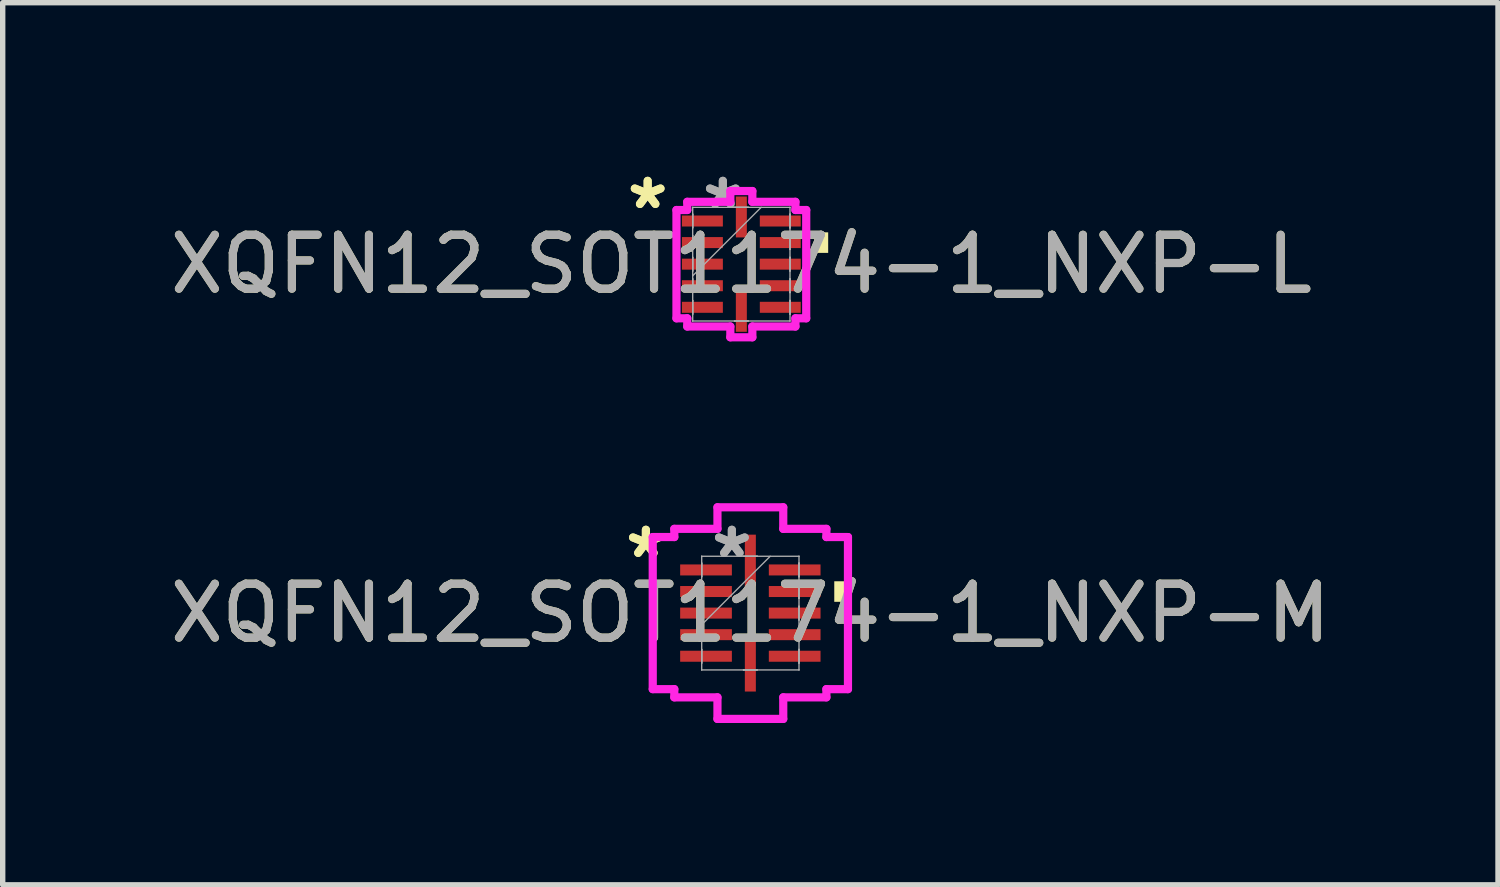
<source format=kicad_pcb>
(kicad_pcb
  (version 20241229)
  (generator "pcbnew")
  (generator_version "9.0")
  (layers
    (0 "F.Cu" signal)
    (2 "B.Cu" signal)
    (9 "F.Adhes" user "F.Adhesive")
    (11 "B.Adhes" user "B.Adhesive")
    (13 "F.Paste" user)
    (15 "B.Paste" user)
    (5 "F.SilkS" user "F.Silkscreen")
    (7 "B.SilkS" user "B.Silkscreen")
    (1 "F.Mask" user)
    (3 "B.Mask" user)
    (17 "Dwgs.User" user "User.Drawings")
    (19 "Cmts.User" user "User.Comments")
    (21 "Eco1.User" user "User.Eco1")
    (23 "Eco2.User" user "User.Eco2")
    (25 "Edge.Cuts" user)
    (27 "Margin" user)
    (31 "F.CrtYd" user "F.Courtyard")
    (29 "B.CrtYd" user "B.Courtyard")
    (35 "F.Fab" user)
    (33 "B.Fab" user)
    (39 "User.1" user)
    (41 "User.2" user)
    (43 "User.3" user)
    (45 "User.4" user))
  (footprint "XQFN12_SOT1174-1_NXP-M"
    (layer "F.Cu")
    (at 10.863 8.318)
    (property "Reference" "XQFN12_SOT1174-1_NXP-M" (at 0 0 0) (unlocked yes) (layer "F.SilkS") (effects (font (size 1 1) (thickness 0.15))))
    (attr smd)
    (fp_poly (pts (xy 1.81 -0.59) (xy 1.81 -0.209) (xy 1.556 -0.209) (xy 1.556 -0.59)) (stroke (width 0) (type solid)) (fill yes) (layer "F.SilkS"))
    (fp_line (start -1.81 -1.41) (end -1.41 -1.41) (stroke (width 0.152) (type solid)) (layer "F.CrtYd"))
    (fp_line (start -1.81 1.41) (end -1.81 -1.41) (stroke (width 0.152) (type solid)) (layer "F.CrtYd"))
    (fp_line (start -1.41 -1.562) (end -0.61 -1.562) (stroke (width 0.152) (type solid)) (layer "F.CrtYd"))
    (fp_line (start -1.41 -1.41) (end -1.41 -1.562) (stroke (width 0.152) (type solid)) (layer "F.CrtYd"))
    (fp_line (start -1.41 1.41) (end -1.81 1.41) (stroke (width 0.152) (type solid)) (layer "F.CrtYd"))
    (fp_line (start -1.41 1.562) (end -1.41 1.41) (stroke (width 0.152) (type solid)) (layer "F.CrtYd"))
    (fp_line (start -0.61 -1.962) (end 0.61 -1.962) (stroke (width 0.152) (type solid)) (layer "F.CrtYd"))
    (fp_line (start -0.61 -1.562) (end -0.61 -1.962) (stroke (width 0.152) (type solid)) (layer "F.CrtYd"))
    (fp_line (start -0.61 1.562) (end -1.41 1.562) (stroke (width 0.152) (type solid)) (layer "F.CrtYd"))
    (fp_line (start -0.61 1.962) (end -0.61 1.562) (stroke (width 0.152) (type solid)) (layer "F.CrtYd"))
    (fp_line (start 0.61 -1.962) (end 0.61 -1.562) (stroke (width 0.152) (type solid)) (layer "F.CrtYd"))
    (fp_line (start 0.61 -1.562) (end 1.41 -1.562) (stroke (width 0.152) (type solid)) (layer "F.CrtYd"))
    (fp_line (start 0.61 1.562) (end 0.61 1.962) (stroke (width 0.152) (type solid)) (layer "F.CrtYd"))
    (fp_line (start 0.61 1.962) (end -0.61 1.962) (stroke (width 0.152) (type solid)) (layer "F.CrtYd"))
    (fp_line (start 1.41 -1.562) (end 1.41 -1.41) (stroke (width 0.152) (type solid)) (layer "F.CrtYd"))
    (fp_line (start 1.41 -1.41) (end 1.81 -1.41) (stroke (width 0.152) (type solid)) (layer "F.CrtYd"))
    (fp_line (start 1.41 1.41) (end 1.41 1.562) (stroke (width 0.152) (type solid)) (layer "F.CrtYd"))
    (fp_line (start 1.41 1.562) (end 0.61 1.562) (stroke (width 0.152) (type solid)) (layer "F.CrtYd"))
    (fp_line (start 1.81 -1.41) (end 1.81 1.41) (stroke (width 0.152) (type solid)) (layer "F.CrtYd"))
    (fp_line (start 1.81 1.41) (end 1.41 1.41) (stroke (width 0.152) (type solid)) (layer "F.CrtYd"))
    (fp_line (start -0.902 -1.054) (end -0.902 -1.054) (stroke (width 0.025) (type solid)) (layer "F.Fab"))
    (fp_line (start -0.902 -1.054) (end -0.902 1.054) (stroke (width 0.025) (type solid)) (layer "F.Fab"))
    (fp_line (start -0.902 -0.927) (end -0.902 -0.927) (stroke (width 0.025) (type solid)) (layer "F.Fab"))
    (fp_line (start -0.902 -0.927) (end -0.902 -0.673) (stroke (width 0.025) (type solid)) (layer "F.Fab"))
    (fp_line (start -0.902 -0.673) (end -0.902 -0.927) (stroke (width 0.025) (type solid)) (layer "F.Fab"))
    (fp_line (start -0.902 -0.673) (end -0.902 -0.673) (stroke (width 0.025) (type solid)) (layer "F.Fab"))
    (fp_line (start -0.902 -0.527) (end -0.902 -0.527) (stroke (width 0.025) (type solid)) (layer "F.Fab"))
    (fp_line (start -0.902 -0.527) (end -0.902 -0.273) (stroke (width 0.025) (type solid)) (layer "F.Fab"))
    (fp_line (start -0.902 -0.273) (end -0.902 -0.527) (stroke (width 0.025) (type solid)) (layer "F.Fab"))
    (fp_line (start -0.902 -0.273) (end -0.902 -0.273) (stroke (width 0.025) (type solid)) (layer "F.Fab"))
    (fp_line (start -0.902 -0.127) (end -0.902 -0.127) (stroke (width 0.025) (type solid)) (layer "F.Fab"))
    (fp_line (start -0.902 -0.127) (end -0.902 0.127) (stroke (width 0.025) (type solid)) (layer "F.Fab"))
    (fp_line (start -0.902 0.127) (end -0.902 -0.127) (stroke (width 0.025) (type solid)) (layer "F.Fab"))
    (fp_line (start -0.902 0.127) (end -0.902 0.127) (stroke (width 0.025) (type solid)) (layer "F.Fab"))
    (fp_line (start -0.902 0.216) (end 0.368 -1.054) (stroke (width 0.025) (type solid)) (layer "F.Fab"))
    (fp_line (start -0.902 0.273) (end -0.902 0.273) (stroke (width 0.025) (type solid)) (layer "F.Fab"))
    (fp_line (start -0.902 0.273) (end -0.902 0.527) (stroke (width 0.025) (type solid)) (layer "F.Fab"))
    (fp_line (start -0.902 0.527) (end -0.902 0.273) (stroke (width 0.025) (type solid)) (layer "F.Fab"))
    (fp_line (start -0.902 0.527) (end -0.902 0.527) (stroke (width 0.025) (type solid)) (layer "F.Fab"))
    (fp_line (start -0.902 0.673) (end -0.902 0.673) (stroke (width 0.025) (type solid)) (layer "F.Fab"))
    (fp_line (start -0.902 0.673) (end -0.902 0.927) (stroke (width 0.025) (type solid)) (layer "F.Fab"))
    (fp_line (start -0.902 0.927) (end -0.902 0.673) (stroke (width 0.025) (type solid)) (layer "F.Fab"))
    (fp_line (start -0.902 0.927) (end -0.902 0.927) (stroke (width 0.025) (type solid)) (layer "F.Fab"))
    (fp_line (start -0.902 1.054) (end -0.902 1.054) (stroke (width 0.025) (type solid)) (layer "F.Fab"))
    (fp_line (start -0.902 1.054) (end 0.902 1.054) (stroke (width 0.025) (type solid)) (layer "F.Fab"))
    (fp_line (start -0.127 -1.054) (end -0.127 -1.054) (stroke (width 0.025) (type solid)) (layer "F.Fab"))
    (fp_line (start -0.127 -1.054) (end 0.127 -1.054) (stroke (width 0.025) (type solid)) (layer "F.Fab"))
    (fp_line (start -0.127 1.054) (end -0.127 1.054) (stroke (width 0.025) (type solid)) (layer "F.Fab"))
    (fp_line (start -0.127 1.054) (end 0.127 1.054) (stroke (width 0.025) (type solid)) (layer "F.Fab"))
    (fp_line (start 0.127 -1.054) (end -0.127 -1.054) (stroke (width 0.025) (type solid)) (layer "F.Fab"))
    (fp_line (start 0.127 -1.054) (end 0.127 -1.054) (stroke (width 0.025) (type solid)) (layer "F.Fab"))
    (fp_line (start 0.127 1.054) (end -0.127 1.054) (stroke (width 0.025) (type solid)) (layer "F.Fab"))
    (fp_line (start 0.127 1.054) (end 0.127 1.054) (stroke (width 0.025) (type solid)) (layer "F.Fab"))
    (fp_line (start 0.902 -1.054) (end -0.902 -1.054) (stroke (width 0.025) (type solid)) (layer "F.Fab"))
    (fp_line (start 0.902 -1.054) (end 0.902 -1.054) (stroke (width 0.025) (type solid)) (layer "F.Fab"))
    (fp_line (start 0.902 -0.927) (end 0.902 -0.927) (stroke (width 0.025) (type solid)) (layer "F.Fab"))
    (fp_line (start 0.902 -0.927) (end 0.902 -0.673) (stroke (width 0.025) (type solid)) (layer "F.Fab"))
    (fp_line (start 0.902 -0.673) (end 0.902 -0.927) (stroke (width 0.025) (type solid)) (layer "F.Fab"))
    (fp_line (start 0.902 -0.673) (end 0.902 -0.673) (stroke (width 0.025) (type solid)) (layer "F.Fab"))
    (fp_line (start 0.902 -0.527) (end 0.902 -0.527) (stroke (width 0.025) (type solid)) (layer "F.Fab"))
    (fp_line (start 0.902 -0.527) (end 0.902 -0.273) (stroke (width 0.025) (type solid)) (layer "F.Fab"))
    (fp_line (start 0.902 -0.273) (end 0.902 -0.527) (stroke (width 0.025) (type solid)) (layer "F.Fab"))
    (fp_line (start 0.902 -0.273) (end 0.902 -0.273) (stroke (width 0.025) (type solid)) (layer "F.Fab"))
    (fp_line (start 0.902 -0.127) (end 0.902 -0.127) (stroke (width 0.025) (type solid)) (layer "F.Fab"))
    (fp_line (start 0.902 -0.127) (end 0.902 0.127) (stroke (width 0.025) (type solid)) (layer "F.Fab"))
    (fp_line (start 0.902 0.127) (end 0.902 -0.127) (stroke (width 0.025) (type solid)) (layer "F.Fab"))
    (fp_line (start 0.902 0.127) (end 0.902 0.127) (stroke (width 0.025) (type solid)) (layer "F.Fab"))
    (fp_line (start 0.902 0.273) (end 0.902 0.273) (stroke (width 0.025) (type solid)) (layer "F.Fab"))
    (fp_line (start 0.902 0.273) (end 0.902 0.527) (stroke (width 0.025) (type solid)) (layer "F.Fab"))
    (fp_line (start 0.902 0.527) (end 0.902 0.273) (stroke (width 0.025) (type solid)) (layer "F.Fab"))
    (fp_line (start 0.902 0.527) (end 0.902 0.527) (stroke (width 0.025) (type solid)) (layer "F.Fab"))
    (fp_line (start 0.902 0.673) (end 0.902 0.673) (stroke (width 0.025) (type solid)) (layer "F.Fab"))
    (fp_line (start 0.902 0.673) (end 0.902 0.927) (stroke (width 0.025) (type solid)) (layer "F.Fab"))
    (fp_line (start 0.902 0.927) (end 0.902 0.673) (stroke (width 0.025) (type solid)) (layer "F.Fab"))
    (fp_line (start 0.902 0.927) (end 0.902 0.927) (stroke (width 0.025) (type solid)) (layer "F.Fab"))
    (fp_line (start 0.902 1.054) (end 0.902 -1.054) (stroke (width 0.025) (type solid)) (layer "F.Fab"))
    (fp_line (start 0.902 1.054) (end 0.902 1.054) (stroke (width 0.025) (type solid)) (layer "F.Fab"))
    (fp_text user "*" (at -1.937 -1 0) (unlocked yes) (layer "F.SilkS") (effects (font (size 1 1) (thickness 0.15))))
    (fp_text user "*" (at -1.937 -1 0) (layer "F.SilkS") (effects (font (size 1 1) (thickness 0.15))))
    (fp_text user "${REFERENCE}" (at 0 0 0) (unlocked yes) (layer "F.Fab") (effects (font (size 1 1) (thickness 0.15))))
    (fp_text user "*" (at -0.343 -1 0) (unlocked yes) (layer "F.Fab") (effects (font (size 1 1) (thickness 0.15))))
    (fp_text user "*" (at -0.343 -1 0) (layer "F.Fab") (effects (font (size 1 1) (thickness 0.15))))
    (pad "1" smd rect (at -0.822 -0.8 90) (size 0.204 0.959) (layers "F.Cu" "F.Mask" "F.Paste"))
    (pad "2" smd rect (at -0.822 -0.4 90) (size 0.204 0.959) (layers "F.Cu" "F.Mask" "F.Paste"))
    (pad "3" smd rect (at -0.822 0 90) (size 0.204 0.959) (layers "F.Cu" "F.Mask" "F.Paste"))
    (pad "4" smd rect (at -0.822 0.4 90) (size 0.204 0.959) (layers "F.Cu" "F.Mask" "F.Paste"))
    (pad "5" smd rect (at -0.822 0.8 90) (size 0.204 0.959) (layers "F.Cu" "F.Mask" "F.Paste"))
    (pad "6" smd rect (at 0 0.975) (size 0.204 0.959) (layers "F.Cu" "F.Mask" "F.Paste"))
    (pad "7" smd rect (at 0.822 0.8 90) (size 0.204 0.959) (layers "F.Cu" "F.Mask" "F.Paste"))
    (pad "8" smd rect (at 0.822 0.4 90) (size 0.204 0.959) (layers "F.Cu" "F.Mask" "F.Paste"))
    (pad "9" smd rect (at 0.822 0 90) (size 0.204 0.959) (layers "F.Cu" "F.Mask" "F.Paste"))
    (pad "10" smd rect (at 0.822 -0.4 90) (size 0.204 0.959) (layers "F.Cu" "F.Mask" "F.Paste"))
    (pad "11" smd rect (at 0.822 -0.8 90) (size 0.204 0.959) (layers "F.Cu" "F.Mask" "F.Paste"))
    (pad "12" smd rect (at 0 -0.975) (size 0.204 0.959) (layers "F.Cu" "F.Mask" "F.Paste")))
  (footprint "XQFN12_SOT1174-1_NXP-L"
    (layer "F.Cu")
    (at 10.696 1.848)
    (property "Reference" "XQFN12_SOT1174-1_NXP-L" (at 0 0 0) (unlocked yes) (layer "F.SilkS") (effects (font (size 1 1) (thickness 0.15))))
    (attr smd)
    (fp_poly (pts (xy 1.61 -0.59) (xy 1.61 -0.209) (xy 1.356 -0.209) (xy 1.356 -0.59)) (stroke (width 0) (type solid)) (fill yes) (layer "F.SilkS"))
    (fp_line (start -1.203 -1.004) (end -1.003 -1.004) (stroke (width 0.152) (type solid)) (layer "F.CrtYd"))
    (fp_line (start -1.203 1.004) (end -1.203 -1.004) (stroke (width 0.152) (type solid)) (layer "F.CrtYd"))
    (fp_line (start -1.003 -1.156) (end -0.204 -1.156) (stroke (width 0.152) (type solid)) (layer "F.CrtYd"))
    (fp_line (start -1.003 -1.004) (end -1.003 -1.156) (stroke (width 0.152) (type solid)) (layer "F.CrtYd"))
    (fp_line (start -1.003 1.004) (end -1.203 1.004) (stroke (width 0.152) (type solid)) (layer "F.CrtYd"))
    (fp_line (start -1.003 1.156) (end -1.003 1.004) (stroke (width 0.152) (type solid)) (layer "F.CrtYd"))
    (fp_line (start -0.204 -1.356) (end 0.204 -1.356) (stroke (width 0.152) (type solid)) (layer "F.CrtYd"))
    (fp_line (start -0.204 -1.156) (end -0.204 -1.356) (stroke (width 0.152) (type solid)) (layer "F.CrtYd"))
    (fp_line (start -0.204 1.156) (end -1.003 1.156) (stroke (width 0.152) (type solid)) (layer "F.CrtYd"))
    (fp_line (start -0.204 1.356) (end -0.204 1.156) (stroke (width 0.152) (type solid)) (layer "F.CrtYd"))
    (fp_line (start 0.204 -1.356) (end 0.204 -1.156) (stroke (width 0.152) (type solid)) (layer "F.CrtYd"))
    (fp_line (start 0.204 -1.156) (end 1.003 -1.156) (stroke (width 0.152) (type solid)) (layer "F.CrtYd"))
    (fp_line (start 0.204 1.156) (end 0.204 1.356) (stroke (width 0.152) (type solid)) (layer "F.CrtYd"))
    (fp_line (start 0.204 1.356) (end -0.204 1.356) (stroke (width 0.152) (type solid)) (layer "F.CrtYd"))
    (fp_line (start 1.003 -1.156) (end 1.003 -1.004) (stroke (width 0.152) (type solid)) (layer "F.CrtYd"))
    (fp_line (start 1.003 -1.004) (end 1.203 -1.004) (stroke (width 0.152) (type solid)) (layer "F.CrtYd"))
    (fp_line (start 1.003 1.004) (end 1.003 1.156) (stroke (width 0.152) (type solid)) (layer "F.CrtYd"))
    (fp_line (start 1.003 1.156) (end 0.204 1.156) (stroke (width 0.152) (type solid)) (layer "F.CrtYd"))
    (fp_line (start 1.203 -1.004) (end 1.203 1.004) (stroke (width 0.152) (type solid)) (layer "F.CrtYd"))
    (fp_line (start 1.203 1.004) (end 1.003 1.004) (stroke (width 0.152) (type solid)) (layer "F.CrtYd"))
    (fp_line (start -0.902 -1.054) (end -0.902 -1.054) (stroke (width 0.025) (type solid)) (layer "F.Fab"))
    (fp_line (start -0.902 -1.054) (end -0.902 1.054) (stroke (width 0.025) (type solid)) (layer "F.Fab"))
    (fp_line (start -0.902 -0.927) (end -0.902 -0.927) (stroke (width 0.025) (type solid)) (layer "F.Fab"))
    (fp_line (start -0.902 -0.927) (end -0.902 -0.673) (stroke (width 0.025) (type solid)) (layer "F.Fab"))
    (fp_line (start -0.902 -0.673) (end -0.902 -0.927) (stroke (width 0.025) (type solid)) (layer "F.Fab"))
    (fp_line (start -0.902 -0.673) (end -0.902 -0.673) (stroke (width 0.025) (type solid)) (layer "F.Fab"))
    (fp_line (start -0.902 -0.527) (end -0.902 -0.527) (stroke (width 0.025) (type solid)) (layer "F.Fab"))
    (fp_line (start -0.902 -0.527) (end -0.902 -0.273) (stroke (width 0.025) (type solid)) (layer "F.Fab"))
    (fp_line (start -0.902 -0.273) (end -0.902 -0.527) (stroke (width 0.025) (type solid)) (layer "F.Fab"))
    (fp_line (start -0.902 -0.273) (end -0.902 -0.273) (stroke (width 0.025) (type solid)) (layer "F.Fab"))
    (fp_line (start -0.902 -0.127) (end -0.902 -0.127) (stroke (width 0.025) (type solid)) (layer "F.Fab"))
    (fp_line (start -0.902 -0.127) (end -0.902 0.127) (stroke (width 0.025) (type solid)) (layer "F.Fab"))
    (fp_line (start -0.902 0.127) (end -0.902 -0.127) (stroke (width 0.025) (type solid)) (layer "F.Fab"))
    (fp_line (start -0.902 0.127) (end -0.902 0.127) (stroke (width 0.025) (type solid)) (layer "F.Fab"))
    (fp_line (start -0.902 0.216) (end 0.368 -1.054) (stroke (width 0.025) (type solid)) (layer "F.Fab"))
    (fp_line (start -0.902 0.273) (end -0.902 0.273) (stroke (width 0.025) (type solid)) (layer "F.Fab"))
    (fp_line (start -0.902 0.273) (end -0.902 0.527) (stroke (width 0.025) (type solid)) (layer "F.Fab"))
    (fp_line (start -0.902 0.527) (end -0.902 0.273) (stroke (width 0.025) (type solid)) (layer "F.Fab"))
    (fp_line (start -0.902 0.527) (end -0.902 0.527) (stroke (width 0.025) (type solid)) (layer "F.Fab"))
    (fp_line (start -0.902 0.673) (end -0.902 0.673) (stroke (width 0.025) (type solid)) (layer "F.Fab"))
    (fp_line (start -0.902 0.673) (end -0.902 0.927) (stroke (width 0.025) (type solid)) (layer "F.Fab"))
    (fp_line (start -0.902 0.927) (end -0.902 0.673) (stroke (width 0.025) (type solid)) (layer "F.Fab"))
    (fp_line (start -0.902 0.927) (end -0.902 0.927) (stroke (width 0.025) (type solid)) (layer "F.Fab"))
    (fp_line (start -0.902 1.054) (end -0.902 1.054) (stroke (width 0.025) (type solid)) (layer "F.Fab"))
    (fp_line (start -0.902 1.054) (end 0.902 1.054) (stroke (width 0.025) (type solid)) (layer "F.Fab"))
    (fp_line (start -0.127 -1.054) (end -0.127 -1.054) (stroke (width 0.025) (type solid)) (layer "F.Fab"))
    (fp_line (start -0.127 -1.054) (end 0.127 -1.054) (stroke (width 0.025) (type solid)) (layer "F.Fab"))
    (fp_line (start -0.127 1.054) (end -0.127 1.054) (stroke (width 0.025) (type solid)) (layer "F.Fab"))
    (fp_line (start -0.127 1.054) (end 0.127 1.054) (stroke (width 0.025) (type solid)) (layer "F.Fab"))
    (fp_line (start 0.127 -1.054) (end -0.127 -1.054) (stroke (width 0.025) (type solid)) (layer "F.Fab"))
    (fp_line (start 0.127 -1.054) (end 0.127 -1.054) (stroke (width 0.025) (type solid)) (layer "F.Fab"))
    (fp_line (start 0.127 1.054) (end -0.127 1.054) (stroke (width 0.025) (type solid)) (layer "F.Fab"))
    (fp_line (start 0.127 1.054) (end 0.127 1.054) (stroke (width 0.025) (type solid)) (layer "F.Fab"))
    (fp_line (start 0.902 -1.054) (end -0.902 -1.054) (stroke (width 0.025) (type solid)) (layer "F.Fab"))
    (fp_line (start 0.902 -1.054) (end 0.902 -1.054) (stroke (width 0.025) (type solid)) (layer "F.Fab"))
    (fp_line (start 0.902 -0.927) (end 0.902 -0.927) (stroke (width 0.025) (type solid)) (layer "F.Fab"))
    (fp_line (start 0.902 -0.927) (end 0.902 -0.673) (stroke (width 0.025) (type solid)) (layer "F.Fab"))
    (fp_line (start 0.902 -0.673) (end 0.902 -0.927) (stroke (width 0.025) (type solid)) (layer "F.Fab"))
    (fp_line (start 0.902 -0.673) (end 0.902 -0.673) (stroke (width 0.025) (type solid)) (layer "F.Fab"))
    (fp_line (start 0.902 -0.527) (end 0.902 -0.527) (stroke (width 0.025) (type solid)) (layer "F.Fab"))
    (fp_line (start 0.902 -0.527) (end 0.902 -0.273) (stroke (width 0.025) (type solid)) (layer "F.Fab"))
    (fp_line (start 0.902 -0.273) (end 0.902 -0.527) (stroke (width 0.025) (type solid)) (layer "F.Fab"))
    (fp_line (start 0.902 -0.273) (end 0.902 -0.273) (stroke (width 0.025) (type solid)) (layer "F.Fab"))
    (fp_line (start 0.902 -0.127) (end 0.902 -0.127) (stroke (width 0.025) (type solid)) (layer "F.Fab"))
    (fp_line (start 0.902 -0.127) (end 0.902 0.127) (stroke (width 0.025) (type solid)) (layer "F.Fab"))
    (fp_line (start 0.902 0.127) (end 0.902 -0.127) (stroke (width 0.025) (type solid)) (layer "F.Fab"))
    (fp_line (start 0.902 0.127) (end 0.902 0.127) (stroke (width 0.025) (type solid)) (layer "F.Fab"))
    (fp_line (start 0.902 0.273) (end 0.902 0.273) (stroke (width 0.025) (type solid)) (layer "F.Fab"))
    (fp_line (start 0.902 0.273) (end 0.902 0.527) (stroke (width 0.025) (type solid)) (layer "F.Fab"))
    (fp_line (start 0.902 0.527) (end 0.902 0.273) (stroke (width 0.025) (type solid)) (layer "F.Fab"))
    (fp_line (start 0.902 0.527) (end 0.902 0.527) (stroke (width 0.025) (type solid)) (layer "F.Fab"))
    (fp_line (start 0.902 0.673) (end 0.902 0.673) (stroke (width 0.025) (type solid)) (layer "F.Fab"))
    (fp_line (start 0.902 0.673) (end 0.902 0.927) (stroke (width 0.025) (type solid)) (layer "F.Fab"))
    (fp_line (start 0.902 0.927) (end 0.902 0.673) (stroke (width 0.025) (type solid)) (layer "F.Fab"))
    (fp_line (start 0.902 0.927) (end 0.902 0.927) (stroke (width 0.025) (type solid)) (layer "F.Fab"))
    (fp_line (start 0.902 1.054) (end 0.902 -1.054) (stroke (width 0.025) (type solid)) (layer "F.Fab"))
    (fp_line (start 0.902 1.054) (end 0.902 1.054) (stroke (width 0.025) (type solid)) (layer "F.Fab"))
    (fp_text user "*" (at -1.737 -1 0) (unlocked yes) (layer "F.SilkS") (effects (font (size 1 1) (thickness 0.15))))
    (fp_text user "*" (at -1.737 -1 0) (layer "F.SilkS") (effects (font (size 1 1) (thickness 0.15))))
    (fp_text user "${REFERENCE}" (at 0 0 0) (unlocked yes) (layer "F.Fab") (effects (font (size 1 1) (thickness 0.15))))
    (fp_text user "*" (at -0.343 -1 0) (unlocked yes) (layer "F.Fab") (effects (font (size 1 1) (thickness 0.15))))
    (fp_text user "*" (at -0.343 -1 0) (layer "F.Fab") (effects (font (size 1 1) (thickness 0.15))))
    (pad "1" smd rect (at -0.722 -0.8 90) (size 0.204 0.759) (layers "F.Cu" "F.Mask" "F.Paste"))
    (pad "2" smd rect (at -0.722 -0.4 90) (size 0.204 0.759) (layers "F.Cu" "F.Mask" "F.Paste"))
    (pad "3" smd rect (at -0.722 0 90) (size 0.204 0.759) (layers "F.Cu" "F.Mask" "F.Paste"))
    (pad "4" smd rect (at -0.722 0.4 90) (size 0.204 0.759) (layers "F.Cu" "F.Mask" "F.Paste"))
    (pad "5" smd rect (at -0.722 0.8 90) (size 0.204 0.759) (layers "F.Cu" "F.Mask" "F.Paste"))
    (pad "6" smd rect (at 0 0.875) (size 0.204 0.759) (layers "F.Cu" "F.Mask" "F.Paste"))
    (pad "7" smd rect (at 0.722 0.8 90) (size 0.204 0.759) (layers "F.Cu" "F.Mask" "F.Paste"))
    (pad "8" smd rect (at 0.722 0.4 90) (size 0.204 0.759) (layers "F.Cu" "F.Mask" "F.Paste"))
    (pad "9" smd rect (at 0.722 0 90) (size 0.204 0.759) (layers "F.Cu" "F.Mask" "F.Paste"))
    (pad "10" smd rect (at 0.722 -0.4 90) (size 0.204 0.759) (layers "F.Cu" "F.Mask" "F.Paste"))
    (pad "11" smd rect (at 0.722 -0.8 90) (size 0.204 0.759) (layers "F.Cu" "F.Mask" "F.Paste"))
    (pad "12" smd rect (at 0 -0.875) (size 0.204 0.759) (layers "F.Cu" "F.Mask" "F.Paste")))
  (gr_rect
    (start -3 -3)
    (end 24.726 13.357)
    (stroke (width 0.1) (type default))
    (fill no)
    (layer "Edge.Cuts")))
</source>
